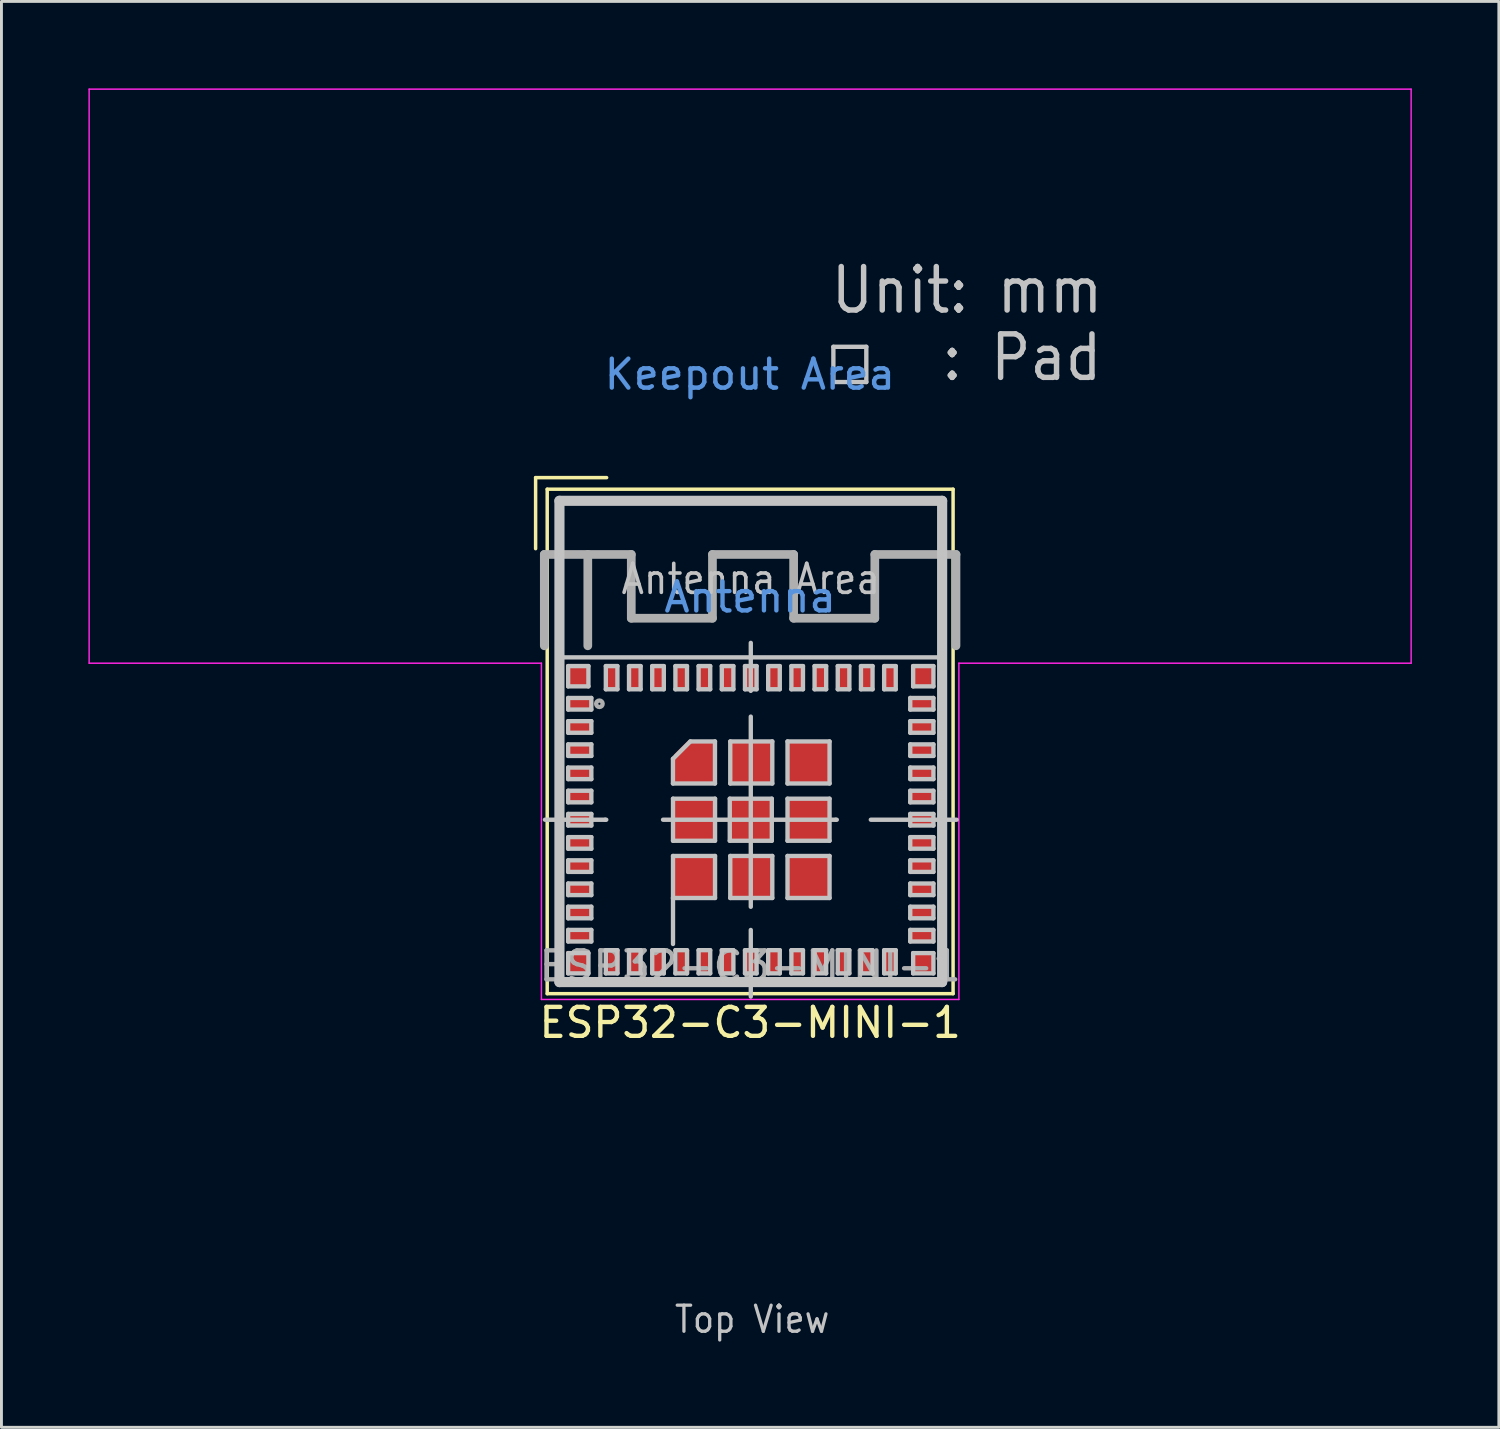
<source format=kicad_pcb>
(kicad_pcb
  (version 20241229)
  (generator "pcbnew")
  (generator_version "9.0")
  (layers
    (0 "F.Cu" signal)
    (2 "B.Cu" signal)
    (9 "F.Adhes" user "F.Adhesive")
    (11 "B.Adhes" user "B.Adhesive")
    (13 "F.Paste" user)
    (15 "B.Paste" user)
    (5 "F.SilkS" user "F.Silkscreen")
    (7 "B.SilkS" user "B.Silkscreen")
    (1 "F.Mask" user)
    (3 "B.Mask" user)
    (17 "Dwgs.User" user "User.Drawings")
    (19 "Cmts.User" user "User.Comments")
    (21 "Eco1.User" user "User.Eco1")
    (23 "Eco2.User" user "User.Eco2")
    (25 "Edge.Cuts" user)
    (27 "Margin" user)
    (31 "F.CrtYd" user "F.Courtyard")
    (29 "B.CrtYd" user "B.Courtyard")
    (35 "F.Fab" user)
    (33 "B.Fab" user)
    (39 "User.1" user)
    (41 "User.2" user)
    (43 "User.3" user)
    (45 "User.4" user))
  (footprint "ESP32-C3-MINI-1"
    (layer "F.Cu")
    (at 22.825 22.525)
    (property "Reference" "ESP32-C3-MINI-1" (at 0 9.7 0) (unlocked yes) (layer "F.SilkS") (effects (font (size 1 1) (thickness 0.15))))
    (attr smd)
    (fp_line (start -7.4 -9.1) (end -7.4 -6.65) (stroke (width 0.12) (type solid)) (layer "F.SilkS"))
    (fp_line (start -7.4 -9.1) (end -4.95 -9.1) (stroke (width 0.12) (type solid)) (layer "F.SilkS"))
    (fp_line (start -7 -8.7) (end 7 -8.7) (stroke (width 0.12) (type solid)) (layer "F.SilkS"))
    (fp_line (start -7 8.7) (end -7 -8.7) (stroke (width 0.12) (type solid)) (layer "F.SilkS"))
    (fp_line (start 7 -8.7) (end 7 8.7) (stroke (width 0.12) (type solid)) (layer "F.SilkS"))
    (fp_line (start 7 8.7) (end -7 8.7) (stroke (width 0.12) (type solid)) (layer "F.SilkS"))
    (fp_line (start -7.078 2.7) (end -4.997 2.7) (stroke (width 0.15) (type solid)) (layer "Dwgs.User"))
    (fp_line (start -6.578 -8.3) (end 6.622 -8.3) (stroke (width 0.35) (type solid)) (layer "Dwgs.User"))
    (fp_line (start -6.578 -2.9) (end 6.622 -2.9) (stroke (width 0.15) (type solid)) (layer "Dwgs.User"))
    (fp_line (start -6.578 8.3) (end -6.578 -8.3) (stroke (width 0.35) (type solid)) (layer "Dwgs.User"))
    (fp_line (start -6.578 8.3) (end 6.622 8.3) (stroke (width 0.35) (type solid)) (layer "Dwgs.User"))
    (fp_line (start -6.278 -2.6) (end -5.578 -2.6) (stroke (width 0.15) (type solid)) (layer "Dwgs.User"))
    (fp_line (start -6.278 -1.9) (end -6.278 -2.6) (stroke (width 0.15) (type solid)) (layer "Dwgs.User"))
    (fp_line (start -6.278 -1.5) (end -5.478 -1.5) (stroke (width 0.15) (type solid)) (layer "Dwgs.User"))
    (fp_line (start -6.278 -1.1) (end -6.278 -1.5) (stroke (width 0.15) (type solid)) (layer "Dwgs.User"))
    (fp_line (start -6.278 -0.7) (end -5.478 -0.7) (stroke (width 0.15) (type solid)) (layer "Dwgs.User"))
    (fp_line (start -6.278 -0.3) (end -6.278 -0.7) (stroke (width 0.15) (type solid)) (layer "Dwgs.User"))
    (fp_line (start -6.278 0.1) (end -5.478 0.1) (stroke (width 0.15) (type solid)) (layer "Dwgs.User"))
    (fp_line (start -6.278 0.5) (end -6.278 0.1) (stroke (width 0.15) (type solid)) (layer "Dwgs.User"))
    (fp_line (start -6.278 0.9) (end -5.478 0.9) (stroke (width 0.15) (type solid)) (layer "Dwgs.User"))
    (fp_line (start -6.278 1.3) (end -6.278 0.9) (stroke (width 0.15) (type solid)) (layer "Dwgs.User"))
    (fp_line (start -6.278 1.7) (end -5.478 1.7) (stroke (width 0.15) (type solid)) (layer "Dwgs.User"))
    (fp_line (start -6.278 2.1) (end -6.278 1.7) (stroke (width 0.15) (type solid)) (layer "Dwgs.User"))
    (fp_line (start -6.278 2.5) (end -5.478 2.5) (stroke (width 0.15) (type solid)) (layer "Dwgs.User"))
    (fp_line (start -6.278 2.9) (end -6.278 2.5) (stroke (width 0.15) (type solid)) (layer "Dwgs.User"))
    (fp_line (start -6.278 3.3) (end -5.478 3.3) (stroke (width 0.15) (type solid)) (layer "Dwgs.User"))
    (fp_line (start -6.278 3.7) (end -6.278 3.3) (stroke (width 0.15) (type solid)) (layer "Dwgs.User"))
    (fp_line (start -6.278 4.1) (end -5.478 4.1) (stroke (width 0.15) (type solid)) (layer "Dwgs.User"))
    (fp_line (start -6.278 4.5) (end -6.278 4.1) (stroke (width 0.15) (type solid)) (layer "Dwgs.User"))
    (fp_line (start -6.278 4.9) (end -5.478 4.9) (stroke (width 0.15) (type solid)) (layer "Dwgs.User"))
    (fp_line (start -6.278 5.3) (end -6.278 4.9) (stroke (width 0.15) (type solid)) (layer "Dwgs.User"))
    (fp_line (start -6.278 5.7) (end -5.478 5.7) (stroke (width 0.15) (type solid)) (layer "Dwgs.User"))
    (fp_line (start -6.278 6.1) (end -6.278 5.7) (stroke (width 0.15) (type solid)) (layer "Dwgs.User"))
    (fp_line (start -6.278 6.5) (end -5.478 6.5) (stroke (width 0.15) (type solid)) (layer "Dwgs.User"))
    (fp_line (start -6.278 6.9) (end -6.278 6.5) (stroke (width 0.15) (type solid)) (layer "Dwgs.User"))
    (fp_line (start -6.278 7.3) (end -5.578 7.3) (stroke (width 0.15) (type solid)) (layer "Dwgs.User"))
    (fp_line (start -6.278 8) (end -6.278 7.3) (stroke (width 0.15) (type solid)) (layer "Dwgs.User"))
    (fp_line (start -5.578 -2.6) (end -5.578 -1.9) (stroke (width 0.15) (type solid)) (layer "Dwgs.User"))
    (fp_line (start -5.578 -1.9) (end -6.278 -1.9) (stroke (width 0.15) (type solid)) (layer "Dwgs.User"))
    (fp_line (start -5.578 7.3) (end -5.578 8) (stroke (width 0.15) (type solid)) (layer "Dwgs.User"))
    (fp_line (start -5.578 8) (end -6.278 8) (stroke (width 0.15) (type solid)) (layer "Dwgs.User"))
    (fp_line (start -5.478 -1.5) (end -5.478 -1.1) (stroke (width 0.15) (type solid)) (layer "Dwgs.User"))
    (fp_line (start -5.478 -1.1) (end -6.278 -1.1) (stroke (width 0.15) (type solid)) (layer "Dwgs.User"))
    (fp_line (start -5.478 -0.7) (end -5.478 -0.3) (stroke (width 0.15) (type solid)) (layer "Dwgs.User"))
    (fp_line (start -5.478 -0.3) (end -6.278 -0.3) (stroke (width 0.15) (type solid)) (layer "Dwgs.User"))
    (fp_line (start -5.478 0.1) (end -5.478 0.5) (stroke (width 0.15) (type solid)) (layer "Dwgs.User"))
    (fp_line (start -5.478 0.5) (end -6.278 0.5) (stroke (width 0.15) (type solid)) (layer "Dwgs.User"))
    (fp_line (start -5.478 0.9) (end -5.478 1.3) (stroke (width 0.15) (type solid)) (layer "Dwgs.User"))
    (fp_line (start -5.478 1.3) (end -6.278 1.3) (stroke (width 0.15) (type solid)) (layer "Dwgs.User"))
    (fp_line (start -5.478 1.7) (end -5.478 2.1) (stroke (width 0.15) (type solid)) (layer "Dwgs.User"))
    (fp_line (start -5.478 2.1) (end -6.278 2.1) (stroke (width 0.15) (type solid)) (layer "Dwgs.User"))
    (fp_line (start -5.478 2.5) (end -5.478 2.9) (stroke (width 0.15) (type solid)) (layer "Dwgs.User"))
    (fp_line (start -5.478 2.9) (end -6.278 2.9) (stroke (width 0.15) (type solid)) (layer "Dwgs.User"))
    (fp_line (start -5.478 3.3) (end -5.478 3.7) (stroke (width 0.15) (type solid)) (layer "Dwgs.User"))
    (fp_line (start -5.478 3.7) (end -6.278 3.7) (stroke (width 0.15) (type solid)) (layer "Dwgs.User"))
    (fp_line (start -5.478 4.1) (end -5.478 4.5) (stroke (width 0.15) (type solid)) (layer "Dwgs.User"))
    (fp_line (start -5.478 4.5) (end -6.278 4.5) (stroke (width 0.15) (type solid)) (layer "Dwgs.User"))
    (fp_line (start -5.478 4.9) (end -5.478 5.3) (stroke (width 0.15) (type solid)) (layer "Dwgs.User"))
    (fp_line (start -5.478 5.3) (end -6.278 5.3) (stroke (width 0.15) (type solid)) (layer "Dwgs.User"))
    (fp_line (start -5.478 5.7) (end -5.478 6.1) (stroke (width 0.15) (type solid)) (layer "Dwgs.User"))
    (fp_line (start -5.478 6.1) (end -6.278 6.1) (stroke (width 0.15) (type solid)) (layer "Dwgs.User"))
    (fp_line (start -5.478 6.5) (end -5.478 6.9) (stroke (width 0.15) (type solid)) (layer "Dwgs.User"))
    (fp_line (start -5.478 6.9) (end -6.278 6.9) (stroke (width 0.15) (type solid)) (layer "Dwgs.User"))
    (fp_line (start -4.997 2.7) (end -4.963 2.7) (stroke (width 0.15) (type solid)) (layer "Dwgs.User"))
    (fp_line (start -4.978 -2.6) (end -4.978 -1.8) (stroke (width 0.15) (type solid)) (layer "Dwgs.User"))
    (fp_line (start -4.978 -1.8) (end -4.578 -1.8) (stroke (width 0.15) (type solid)) (layer "Dwgs.User"))
    (fp_line (start -4.978 7.2) (end -4.978 8) (stroke (width 0.15) (type solid)) (layer "Dwgs.User"))
    (fp_line (start -4.978 8) (end -4.578 8) (stroke (width 0.15) (type solid)) (layer "Dwgs.User"))
    (fp_line (start -4.578 -2.6) (end -4.978 -2.6) (stroke (width 0.15) (type solid)) (layer "Dwgs.User"))
    (fp_line (start -4.578 -1.8) (end -4.578 -2.6) (stroke (width 0.15) (type solid)) (layer "Dwgs.User"))
    (fp_line (start -4.578 7.2) (end -4.978 7.2) (stroke (width 0.15) (type solid)) (layer "Dwgs.User"))
    (fp_line (start -4.578 8) (end -4.578 7.2) (stroke (width 0.15) (type solid)) (layer "Dwgs.User"))
    (fp_line (start -4.178 -2.6) (end -4.178 -1.8) (stroke (width 0.15) (type solid)) (layer "Dwgs.User"))
    (fp_line (start -4.178 -1.8) (end -3.778 -1.8) (stroke (width 0.15) (type solid)) (layer "Dwgs.User"))
    (fp_line (start -4.178 7.2) (end -4.178 8) (stroke (width 0.15) (type solid)) (layer "Dwgs.User"))
    (fp_line (start -4.178 8) (end -3.778 8) (stroke (width 0.15) (type solid)) (layer "Dwgs.User"))
    (fp_line (start -3.778 -2.6) (end -4.178 -2.6) (stroke (width 0.15) (type solid)) (layer "Dwgs.User"))
    (fp_line (start -3.778 -1.8) (end -3.778 -2.6) (stroke (width 0.15) (type solid)) (layer "Dwgs.User"))
    (fp_line (start -3.778 7.2) (end -4.178 7.2) (stroke (width 0.15) (type solid)) (layer "Dwgs.User"))
    (fp_line (start -3.778 8) (end -3.778 7.2) (stroke (width 0.15) (type solid)) (layer "Dwgs.User"))
    (fp_line (start -3.378 -2.6) (end -3.378 -1.8) (stroke (width 0.15) (type solid)) (layer "Dwgs.User"))
    (fp_line (start -3.378 -1.8) (end -2.978 -1.8) (stroke (width 0.15) (type solid)) (layer "Dwgs.User"))
    (fp_line (start -3.378 7.2) (end -3.378 8) (stroke (width 0.15) (type solid)) (layer "Dwgs.User"))
    (fp_line (start -3.378 8) (end -2.978 8) (stroke (width 0.15) (type solid)) (layer "Dwgs.User"))
    (fp_line (start -3.005 2.7) (end 2.955 2.7) (stroke (width 0.15) (type solid)) (layer "Dwgs.User"))
    (fp_line (start -2.978 -2.6) (end -3.378 -2.6) (stroke (width 0.15) (type solid)) (layer "Dwgs.User"))
    (fp_line (start -2.978 -1.8) (end -2.978 -2.6) (stroke (width 0.15) (type solid)) (layer "Dwgs.User"))
    (fp_line (start -2.978 7.2) (end -3.378 7.2) (stroke (width 0.15) (type solid)) (layer "Dwgs.User"))
    (fp_line (start -2.978 8) (end -2.978 7.2) (stroke (width 0.15) (type solid)) (layer "Dwgs.User"))
    (fp_line (start -2.663 0.6) (end -2.663 1.45) (stroke (width 0.15) (type solid)) (layer "Dwgs.User"))
    (fp_line (start -2.663 1.45) (end -1.213 1.45) (stroke (width 0.15) (type solid)) (layer "Dwgs.User"))
    (fp_line (start -2.661 1.975) (end -2.661 3.425) (stroke (width 0.15) (type solid)) (layer "Dwgs.User"))
    (fp_line (start -2.661 3.425) (end -1.211 3.425) (stroke (width 0.15) (type solid)) (layer "Dwgs.User"))
    (fp_line (start -2.661 3.95) (end -2.661 5.4) (stroke (width 0.15) (type solid)) (layer "Dwgs.User"))
    (fp_line (start -2.661 5.4) (end -2.661 6.986) (stroke (width 0.15) (type solid)) (layer "Dwgs.User"))
    (fp_line (start -2.661 5.4) (end -1.211 5.4) (stroke (width 0.15) (type solid)) (layer "Dwgs.User"))
    (fp_line (start -2.578 -2.6) (end -2.578 -1.8) (stroke (width 0.15) (type solid)) (layer "Dwgs.User"))
    (fp_line (start -2.578 -1.8) (end -2.178 -1.8) (stroke (width 0.15) (type solid)) (layer "Dwgs.User"))
    (fp_line (start -2.578 7.2) (end -2.578 8) (stroke (width 0.15) (type solid)) (layer "Dwgs.User"))
    (fp_line (start -2.578 8) (end -2.178 8) (stroke (width 0.15) (type solid)) (layer "Dwgs.User"))
    (fp_line (start -2.178 -2.6) (end -2.578 -2.6) (stroke (width 0.15) (type solid)) (layer "Dwgs.User"))
    (fp_line (start -2.178 -1.8) (end -2.178 -2.6) (stroke (width 0.15) (type solid)) (layer "Dwgs.User"))
    (fp_line (start -2.178 7.2) (end -2.578 7.2) (stroke (width 0.15) (type solid)) (layer "Dwgs.User"))
    (fp_line (start -2.178 8) (end -2.178 7.2) (stroke (width 0.15) (type solid)) (layer "Dwgs.User"))
    (fp_line (start -2.063 -0.000403) (end -2.663 0.6) (stroke (width 0.15) (type solid)) (layer "Dwgs.User"))
    (fp_line (start -1.778 -2.6) (end -1.778 -1.8) (stroke (width 0.15) (type solid)) (layer "Dwgs.User"))
    (fp_line (start -1.778 -1.8) (end -1.378 -1.8) (stroke (width 0.15) (type solid)) (layer "Dwgs.User"))
    (fp_line (start -1.778 7.2) (end -1.778 8) (stroke (width 0.15) (type solid)) (layer "Dwgs.User"))
    (fp_line (start -1.778 8) (end -1.378 8) (stroke (width 0.15) (type solid)) (layer "Dwgs.User"))
    (fp_line (start -1.378 -2.6) (end -1.778 -2.6) (stroke (width 0.15) (type solid)) (layer "Dwgs.User"))
    (fp_line (start -1.378 -1.8) (end -1.378 -2.6) (stroke (width 0.15) (type solid)) (layer "Dwgs.User"))
    (fp_line (start -1.378 7.2) (end -1.778 7.2) (stroke (width 0.15) (type solid)) (layer "Dwgs.User"))
    (fp_line (start -1.378 8) (end -1.378 7.2) (stroke (width 0.15) (type solid)) (layer "Dwgs.User"))
    (fp_line (start -1.213 -0.000403) (end -2.063 -0.000403) (stroke (width 0.15) (type solid)) (layer "Dwgs.User"))
    (fp_line (start -1.213 1.45) (end -1.213 -0.000403) (stroke (width 0.15) (type solid)) (layer "Dwgs.User"))
    (fp_line (start -1.211 1.975) (end -2.661 1.975) (stroke (width 0.15) (type solid)) (layer "Dwgs.User"))
    (fp_line (start -1.211 3.425) (end -1.211 1.975) (stroke (width 0.15) (type solid)) (layer "Dwgs.User"))
    (fp_line (start -1.211 3.95) (end -2.661 3.95) (stroke (width 0.15) (type solid)) (layer "Dwgs.User"))
    (fp_line (start -1.211 5.4) (end -1.211 3.95) (stroke (width 0.15) (type solid)) (layer "Dwgs.User"))
    (fp_line (start -0.978 -2.6) (end -0.978 -1.8) (stroke (width 0.15) (type solid)) (layer "Dwgs.User"))
    (fp_line (start -0.978 -1.8) (end -0.578 -1.8) (stroke (width 0.15) (type solid)) (layer "Dwgs.User"))
    (fp_line (start -0.978 7.2) (end -0.978 8) (stroke (width 0.15) (type solid)) (layer "Dwgs.User"))
    (fp_line (start -0.978 8) (end -0.578 8) (stroke (width 0.15) (type solid)) (layer "Dwgs.User"))
    (fp_line (start -0.703 1.975) (end -0.703 3.425) (stroke (width 0.15) (type solid)) (layer "Dwgs.User"))
    (fp_line (start -0.703 3.425) (end 0.747 3.425) (stroke (width 0.15) (type solid)) (layer "Dwgs.User"))
    (fp_line (start -0.686 0) (end -0.686 1.45) (stroke (width 0.15) (type solid)) (layer "Dwgs.User"))
    (fp_line (start -0.686 1.45) (end 0.764 1.45) (stroke (width 0.15) (type solid)) (layer "Dwgs.User"))
    (fp_line (start -0.686 3.95) (end -0.686 5.4) (stroke (width 0.15) (type solid)) (layer "Dwgs.User"))
    (fp_line (start -0.686 5.4) (end 0.764 5.4) (stroke (width 0.15) (type solid)) (layer "Dwgs.User"))
    (fp_line (start -0.578 -2.6) (end -0.978 -2.6) (stroke (width 0.15) (type solid)) (layer "Dwgs.User"))
    (fp_line (start -0.578 -1.8) (end -0.578 -2.6) (stroke (width 0.15) (type solid)) (layer "Dwgs.User"))
    (fp_line (start -0.578 7.2) (end -0.978 7.2) (stroke (width 0.15) (type solid)) (layer "Dwgs.User"))
    (fp_line (start -0.578 8) (end -0.578 7.2) (stroke (width 0.15) (type solid)) (layer "Dwgs.User"))
    (fp_line (start -0.178 -2.6) (end -0.178 -1.8) (stroke (width 0.15) (type solid)) (layer "Dwgs.User"))
    (fp_line (start -0.178 -1.8) (end 0.222 -1.8) (stroke (width 0.15) (type solid)) (layer "Dwgs.User"))
    (fp_line (start -0.178 7.2) (end -0.178 8) (stroke (width 0.15) (type solid)) (layer "Dwgs.User"))
    (fp_line (start -0.178 8) (end 0.222 8) (stroke (width 0.15) (type solid)) (layer "Dwgs.User"))
    (fp_line (start 0.022 -1.745) (end 0.022 -3.4) (stroke (width 0.15) (type solid)) (layer "Dwgs.User"))
    (fp_line (start 0.022 5.703) (end 0.022 -0.857) (stroke (width 0.15) (type solid)) (layer "Dwgs.User"))
    (fp_line (start 0.022 8.8) (end 0.022 6.502) (stroke (width 0.15) (type solid)) (layer "Dwgs.User"))
    (fp_line (start 0.222 -2.6) (end -0.178 -2.6) (stroke (width 0.15) (type solid)) (layer "Dwgs.User"))
    (fp_line (start 0.222 -1.8) (end 0.222 -2.6) (stroke (width 0.15) (type solid)) (layer "Dwgs.User"))
    (fp_line (start 0.222 7.2) (end -0.178 7.2) (stroke (width 0.15) (type solid)) (layer "Dwgs.User"))
    (fp_line (start 0.222 8) (end 0.222 7.2) (stroke (width 0.15) (type solid)) (layer "Dwgs.User"))
    (fp_line (start 0.622 -2.6) (end 0.622 -1.8) (stroke (width 0.15) (type solid)) (layer "Dwgs.User"))
    (fp_line (start 0.622 -1.8) (end 1.022 -1.8) (stroke (width 0.15) (type solid)) (layer "Dwgs.User"))
    (fp_line (start 0.622 7.2) (end 0.622 8) (stroke (width 0.15) (type solid)) (layer "Dwgs.User"))
    (fp_line (start 0.622 8) (end 1.022 8) (stroke (width 0.15) (type solid)) (layer "Dwgs.User"))
    (fp_line (start 0.747 1.975) (end -0.703 1.975) (stroke (width 0.15) (type solid)) (layer "Dwgs.User"))
    (fp_line (start 0.747 3.425) (end 0.747 1.975) (stroke (width 0.15) (type solid)) (layer "Dwgs.User"))
    (fp_line (start 0.764 0) (end -0.686 0) (stroke (width 0.15) (type solid)) (layer "Dwgs.User"))
    (fp_line (start 0.764 1.45) (end 0.764 0) (stroke (width 0.15) (type solid)) (layer "Dwgs.User"))
    (fp_line (start 0.764 3.95) (end -0.686 3.95) (stroke (width 0.15) (type solid)) (layer "Dwgs.User"))
    (fp_line (start 0.764 5.4) (end 0.764 3.95) (stroke (width 0.15) (type solid)) (layer "Dwgs.User"))
    (fp_line (start 1.022 -2.6) (end 0.622 -2.6) (stroke (width 0.15) (type solid)) (layer "Dwgs.User"))
    (fp_line (start 1.022 -1.8) (end 1.022 -2.6) (stroke (width 0.15) (type solid)) (layer "Dwgs.User"))
    (fp_line (start 1.022 7.2) (end 0.622 7.2) (stroke (width 0.15) (type solid)) (layer "Dwgs.User"))
    (fp_line (start 1.022 8) (end 1.022 7.2) (stroke (width 0.15) (type solid)) (layer "Dwgs.User"))
    (fp_line (start 1.289 0) (end 1.289 1.45) (stroke (width 0.15) (type solid)) (layer "Dwgs.User"))
    (fp_line (start 1.289 1.45) (end 2.739 1.45) (stroke (width 0.15) (type solid)) (layer "Dwgs.User"))
    (fp_line (start 1.289 1.975) (end 1.289 3.425) (stroke (width 0.15) (type solid)) (layer "Dwgs.User"))
    (fp_line (start 1.289 3.425) (end 2.739 3.425) (stroke (width 0.15) (type solid)) (layer "Dwgs.User"))
    (fp_line (start 1.289 3.95) (end 1.289 5.4) (stroke (width 0.15) (type solid)) (layer "Dwgs.User"))
    (fp_line (start 1.289 5.4) (end 2.739 5.4) (stroke (width 0.15) (type solid)) (layer "Dwgs.User"))
    (fp_line (start 1.422 -2.6) (end 1.422 -1.8) (stroke (width 0.15) (type solid)) (layer "Dwgs.User"))
    (fp_line (start 1.422 -1.8) (end 1.822 -1.8) (stroke (width 0.15) (type solid)) (layer "Dwgs.User"))
    (fp_line (start 1.422 7.2) (end 1.422 8) (stroke (width 0.15) (type solid)) (layer "Dwgs.User"))
    (fp_line (start 1.422 8) (end 1.822 8) (stroke (width 0.15) (type solid)) (layer "Dwgs.User"))
    (fp_line (start 1.822 -2.6) (end 1.422 -2.6) (stroke (width 0.15) (type solid)) (layer "Dwgs.User"))
    (fp_line (start 1.822 -1.8) (end 1.822 -2.6) (stroke (width 0.15) (type solid)) (layer "Dwgs.User"))
    (fp_line (start 1.822 7.2) (end 1.422 7.2) (stroke (width 0.15) (type solid)) (layer "Dwgs.User"))
    (fp_line (start 1.822 8) (end 1.822 7.2) (stroke (width 0.15) (type solid)) (layer "Dwgs.User"))
    (fp_line (start 2.222 -2.6) (end 2.222 -1.8) (stroke (width 0.15) (type solid)) (layer "Dwgs.User"))
    (fp_line (start 2.222 -1.8) (end 2.622 -1.8) (stroke (width 0.15) (type solid)) (layer "Dwgs.User"))
    (fp_line (start 2.222 7.2) (end 2.222 8) (stroke (width 0.15) (type solid)) (layer "Dwgs.User"))
    (fp_line (start 2.222 8) (end 2.622 8) (stroke (width 0.15) (type solid)) (layer "Dwgs.User"))
    (fp_line (start 2.622 -2.6) (end 2.222 -2.6) (stroke (width 0.15) (type solid)) (layer "Dwgs.User"))
    (fp_line (start 2.622 -1.8) (end 2.622 -2.6) (stroke (width 0.15) (type solid)) (layer "Dwgs.User"))
    (fp_line (start 2.622 7.2) (end 2.222 7.2) (stroke (width 0.15) (type solid)) (layer "Dwgs.User"))
    (fp_line (start 2.622 8) (end 2.622 7.2) (stroke (width 0.15) (type solid)) (layer "Dwgs.User"))
    (fp_line (start 2.739 0) (end 1.289 0) (stroke (width 0.15) (type solid)) (layer "Dwgs.User"))
    (fp_line (start 2.739 1.45) (end 2.739 0) (stroke (width 0.15) (type solid)) (layer "Dwgs.User"))
    (fp_line (start 2.739 1.975) (end 1.289 1.975) (stroke (width 0.15) (type solid)) (layer "Dwgs.User"))
    (fp_line (start 2.739 3.425) (end 2.739 1.975) (stroke (width 0.15) (type solid)) (layer "Dwgs.User"))
    (fp_line (start 2.739 3.95) (end 1.289 3.95) (stroke (width 0.15) (type solid)) (layer "Dwgs.User"))
    (fp_line (start 2.739 5.4) (end 2.739 3.95) (stroke (width 0.15) (type solid)) (layer "Dwgs.User"))
    (fp_line (start 2.871 -13.613) (end 4.007 -13.613) (stroke (width 0.15) (type solid)) (layer "Dwgs.User"))
    (fp_line (start 2.871 -12.397) (end 2.871 -13.613) (stroke (width 0.15) (type solid)) (layer "Dwgs.User"))
    (fp_line (start 2.955 2.7) (end 2.989 2.7) (stroke (width 0.15) (type solid)) (layer "Dwgs.User"))
    (fp_line (start 3.022 -2.6) (end 3.022 -1.8) (stroke (width 0.15) (type solid)) (layer "Dwgs.User"))
    (fp_line (start 3.022 -1.8) (end 3.422 -1.8) (stroke (width 0.15) (type solid)) (layer "Dwgs.User"))
    (fp_line (start 3.022 7.2) (end 3.022 8) (stroke (width 0.15) (type solid)) (layer "Dwgs.User"))
    (fp_line (start 3.022 8) (end 3.422 8) (stroke (width 0.15) (type solid)) (layer "Dwgs.User"))
    (fp_line (start 3.422 -2.6) (end 3.022 -2.6) (stroke (width 0.15) (type solid)) (layer "Dwgs.User"))
    (fp_line (start 3.422 -1.8) (end 3.422 -2.6) (stroke (width 0.15) (type solid)) (layer "Dwgs.User"))
    (fp_line (start 3.422 7.2) (end 3.022 7.2) (stroke (width 0.15) (type solid)) (layer "Dwgs.User"))
    (fp_line (start 3.422 8) (end 3.422 7.2) (stroke (width 0.15) (type solid)) (layer "Dwgs.User"))
    (fp_line (start 3.822 -2.6) (end 3.822 -1.8) (stroke (width 0.15) (type solid)) (layer "Dwgs.User"))
    (fp_line (start 3.822 -1.8) (end 4.222 -1.8) (stroke (width 0.15) (type solid)) (layer "Dwgs.User"))
    (fp_line (start 3.822 7.2) (end 3.822 8) (stroke (width 0.15) (type solid)) (layer "Dwgs.User"))
    (fp_line (start 3.822 8) (end 4.222 8) (stroke (width 0.15) (type solid)) (layer "Dwgs.User"))
    (fp_line (start 4.007 -13.613) (end 4.007 -12.397) (stroke (width 0.15) (type solid)) (layer "Dwgs.User"))
    (fp_line (start 4.007 -12.397) (end 2.871 -12.397) (stroke (width 0.15) (type solid)) (layer "Dwgs.User"))
    (fp_line (start 4.162 2.7) (end 7.122 2.7) (stroke (width 0.15) (type solid)) (layer "Dwgs.User"))
    (fp_line (start 4.222 -2.6) (end 3.822 -2.6) (stroke (width 0.15) (type solid)) (layer "Dwgs.User"))
    (fp_line (start 4.222 -1.8) (end 4.222 -2.6) (stroke (width 0.15) (type solid)) (layer "Dwgs.User"))
    (fp_line (start 4.222 7.2) (end 3.822 7.2) (stroke (width 0.15) (type solid)) (layer "Dwgs.User"))
    (fp_line (start 4.222 8) (end 4.222 7.2) (stroke (width 0.15) (type solid)) (layer "Dwgs.User"))
    (fp_line (start 4.622 -2.6) (end 4.622 -1.8) (stroke (width 0.15) (type solid)) (layer "Dwgs.User"))
    (fp_line (start 4.622 -1.8) (end 5.022 -1.8) (stroke (width 0.15) (type solid)) (layer "Dwgs.User"))
    (fp_line (start 4.622 7.2) (end 4.622 8) (stroke (width 0.15) (type solid)) (layer "Dwgs.User"))
    (fp_line (start 4.622 8) (end 5.022 8) (stroke (width 0.15) (type solid)) (layer "Dwgs.User"))
    (fp_line (start 5.022 -2.6) (end 4.622 -2.6) (stroke (width 0.15) (type solid)) (layer "Dwgs.User"))
    (fp_line (start 5.022 -1.8) (end 5.022 -2.6) (stroke (width 0.15) (type solid)) (layer "Dwgs.User"))
    (fp_line (start 5.022 7.2) (end 4.622 7.2) (stroke (width 0.15) (type solid)) (layer "Dwgs.User"))
    (fp_line (start 5.022 8) (end 5.022 7.2) (stroke (width 0.15) (type solid)) (layer "Dwgs.User"))
    (fp_line (start 5.522 -1.5) (end 6.322 -1.5) (stroke (width 0.15) (type solid)) (layer "Dwgs.User"))
    (fp_line (start 5.522 -1.1) (end 5.522 -1.5) (stroke (width 0.15) (type solid)) (layer "Dwgs.User"))
    (fp_line (start 5.522 -0.7) (end 6.322 -0.7) (stroke (width 0.15) (type solid)) (layer "Dwgs.User"))
    (fp_line (start 5.522 -0.3) (end 5.522 -0.7) (stroke (width 0.15) (type solid)) (layer "Dwgs.User"))
    (fp_line (start 5.522 0.1) (end 6.322 0.1) (stroke (width 0.15) (type solid)) (layer "Dwgs.User"))
    (fp_line (start 5.522 0.5) (end 5.522 0.1) (stroke (width 0.15) (type solid)) (layer "Dwgs.User"))
    (fp_line (start 5.522 0.9) (end 6.322 0.9) (stroke (width 0.15) (type solid)) (layer "Dwgs.User"))
    (fp_line (start 5.522 1.3) (end 5.522 0.9) (stroke (width 0.15) (type solid)) (layer "Dwgs.User"))
    (fp_line (start 5.522 1.7) (end 6.322 1.7) (stroke (width 0.15) (type solid)) (layer "Dwgs.User"))
    (fp_line (start 5.522 2.1) (end 5.522 1.7) (stroke (width 0.15) (type solid)) (layer "Dwgs.User"))
    (fp_line (start 5.522 2.5) (end 6.322 2.5) (stroke (width 0.15) (type solid)) (layer "Dwgs.User"))
    (fp_line (start 5.522 2.9) (end 5.522 2.5) (stroke (width 0.15) (type solid)) (layer "Dwgs.User"))
    (fp_line (start 5.522 3.3) (end 6.322 3.3) (stroke (width 0.15) (type solid)) (layer "Dwgs.User"))
    (fp_line (start 5.522 3.7) (end 5.522 3.3) (stroke (width 0.15) (type solid)) (layer "Dwgs.User"))
    (fp_line (start 5.522 4.1) (end 6.322 4.1) (stroke (width 0.15) (type solid)) (layer "Dwgs.User"))
    (fp_line (start 5.522 4.5) (end 5.522 4.1) (stroke (width 0.15) (type solid)) (layer "Dwgs.User"))
    (fp_line (start 5.522 4.9) (end 6.322 4.9) (stroke (width 0.15) (type solid)) (layer "Dwgs.User"))
    (fp_line (start 5.522 5.3) (end 5.522 4.9) (stroke (width 0.15) (type solid)) (layer "Dwgs.User"))
    (fp_line (start 5.522 5.7) (end 6.322 5.7) (stroke (width 0.15) (type solid)) (layer "Dwgs.User"))
    (fp_line (start 5.522 6.1) (end 5.522 5.7) (stroke (width 0.15) (type solid)) (layer "Dwgs.User"))
    (fp_line (start 5.522 6.5) (end 6.322 6.5) (stroke (width 0.15) (type solid)) (layer "Dwgs.User"))
    (fp_line (start 5.522 6.9) (end 5.522 6.5) (stroke (width 0.15) (type solid)) (layer "Dwgs.User"))
    (fp_line (start 5.622 -2.6) (end 6.322 -2.6) (stroke (width 0.15) (type solid)) (layer "Dwgs.User"))
    (fp_line (start 5.622 -1.9) (end 5.622 -2.6) (stroke (width 0.15) (type solid)) (layer "Dwgs.User"))
    (fp_line (start 5.622 7.3) (end 6.322 7.3) (stroke (width 0.15) (type solid)) (layer "Dwgs.User"))
    (fp_line (start 5.622 8) (end 5.622 7.3) (stroke (width 0.15) (type solid)) (layer "Dwgs.User"))
    (fp_line (start 6.322 -2.6) (end 6.322 -1.9) (stroke (width 0.15) (type solid)) (layer "Dwgs.User"))
    (fp_line (start 6.322 -1.9) (end 5.622 -1.9) (stroke (width 0.15) (type solid)) (layer "Dwgs.User"))
    (fp_line (start 6.322 -1.5) (end 6.322 -1.1) (stroke (width 0.15) (type solid)) (layer "Dwgs.User"))
    (fp_line (start 6.322 -1.1) (end 5.522 -1.1) (stroke (width 0.15) (type solid)) (layer "Dwgs.User"))
    (fp_line (start 6.322 -0.7) (end 6.322 -0.3) (stroke (width 0.15) (type solid)) (layer "Dwgs.User"))
    (fp_line (start 6.322 -0.3) (end 5.522 -0.3) (stroke (width 0.15) (type solid)) (layer "Dwgs.User"))
    (fp_line (start 6.322 0.1) (end 6.322 0.5) (stroke (width 0.15) (type solid)) (layer "Dwgs.User"))
    (fp_line (start 6.322 0.5) (end 5.522 0.5) (stroke (width 0.15) (type solid)) (layer "Dwgs.User"))
    (fp_line (start 6.322 0.9) (end 6.322 1.3) (stroke (width 0.15) (type solid)) (layer "Dwgs.User"))
    (fp_line (start 6.322 1.3) (end 5.522 1.3) (stroke (width 0.15) (type solid)) (layer "Dwgs.User"))
    (fp_line (start 6.322 1.7) (end 6.322 2.1) (stroke (width 0.15) (type solid)) (layer "Dwgs.User"))
    (fp_line (start 6.322 2.1) (end 5.522 2.1) (stroke (width 0.15) (type solid)) (layer "Dwgs.User"))
    (fp_line (start 6.322 2.5) (end 6.322 2.9) (stroke (width 0.15) (type solid)) (layer "Dwgs.User"))
    (fp_line (start 6.322 2.9) (end 5.522 2.9) (stroke (width 0.15) (type solid)) (layer "Dwgs.User"))
    (fp_line (start 6.322 3.3) (end 6.322 3.7) (stroke (width 0.15) (type solid)) (layer "Dwgs.User"))
    (fp_line (start 6.322 3.7) (end 5.522 3.7) (stroke (width 0.15) (type solid)) (layer "Dwgs.User"))
    (fp_line (start 6.322 4.1) (end 6.322 4.5) (stroke (width 0.15) (type solid)) (layer "Dwgs.User"))
    (fp_line (start 6.322 4.5) (end 5.522 4.5) (stroke (width 0.15) (type solid)) (layer "Dwgs.User"))
    (fp_line (start 6.322 4.9) (end 6.322 5.3) (stroke (width 0.15) (type solid)) (layer "Dwgs.User"))
    (fp_line (start 6.322 5.3) (end 5.522 5.3) (stroke (width 0.15) (type solid)) (layer "Dwgs.User"))
    (fp_line (start 6.322 5.7) (end 6.322 6.1) (stroke (width 0.15) (type solid)) (layer "Dwgs.User"))
    (fp_line (start 6.322 6.1) (end 5.522 6.1) (stroke (width 0.15) (type solid)) (layer "Dwgs.User"))
    (fp_line (start 6.322 6.5) (end 6.322 6.9) (stroke (width 0.15) (type solid)) (layer "Dwgs.User"))
    (fp_line (start 6.322 6.9) (end 5.522 6.9) (stroke (width 0.15) (type solid)) (layer "Dwgs.User"))
    (fp_line (start 6.322 7.3) (end 6.322 8) (stroke (width 0.15) (type solid)) (layer "Dwgs.User"))
    (fp_line (start 6.322 8) (end 5.622 8) (stroke (width 0.15) (type solid)) (layer "Dwgs.User"))
    (fp_line (start 6.622 8.3) (end 6.622 -8.3) (stroke (width 0.35) (type solid)) (layer "Dwgs.User"))
    (fp_line (start -22.8 -22.5) (end 22.8 -22.5) (stroke (width 0.05) (type solid)) (layer "F.CrtYd"))
    (fp_line (start -22.8 -2.7) (end -22.8 -22.5) (stroke (width 0.05) (type solid)) (layer "F.CrtYd"))
    (fp_line (start -7.2 -2.7) (end -22.8 -2.7) (stroke (width 0.05) (type solid)) (layer "F.CrtYd"))
    (fp_line (start -7.2 8.9) (end -7.2 -2.7) (stroke (width 0.05) (type solid)) (layer "F.CrtYd"))
    (fp_line (start 7.2 -2.7) (end 7.2 8.9) (stroke (width 0.05) (type solid)) (layer "F.CrtYd"))
    (fp_line (start 7.2 -2.7) (end 22.8 -2.7) (stroke (width 0.05) (type solid)) (layer "F.CrtYd"))
    (fp_line (start 7.2 8.9) (end -7.2 8.9) (stroke (width 0.05) (type solid)) (layer "F.CrtYd"))
    (fp_line (start 22.8 -2.7) (end 22.8 -22.5) (stroke (width 0.05) (type solid)) (layer "F.CrtYd"))
    (fp_line (start -7.1 -6.45) (end -4.1 -6.45) (stroke (width 0.3) (type solid)) (layer "F.Fab"))
    (fp_line (start -7.1 -3.3) (end -7.1 -6.45) (stroke (width 0.3) (type solid)) (layer "F.Fab"))
    (fp_line (start -6.6 -8.3) (end 6.6 -8.2) (stroke (width 0.1) (type solid)) (layer "F.Fab"))
    (fp_line (start -6.6 -2.9) (end 6.6 -2.9) (stroke (width 0.1) (type solid)) (layer "F.Fab"))
    (fp_line (start -6.6 8.3) (end -6.6 -8.3) (stroke (width 0.1) (type solid)) (layer "F.Fab"))
    (fp_line (start -5.6 -3.3) (end -5.6 -6.45) (stroke (width 0.3) (type solid)) (layer "F.Fab"))
    (fp_line (start -4.1 -6.45) (end -4.1 -4.25) (stroke (width 0.3) (type solid)) (layer "F.Fab"))
    (fp_line (start -4.1 -4.25) (end -1.3 -4.25) (stroke (width 0.3) (type solid)) (layer "F.Fab"))
    (fp_line (start -1.3 -6.45) (end 1.5 -6.45) (stroke (width 0.3) (type solid)) (layer "F.Fab"))
    (fp_line (start -1.3 -4.25) (end -1.3 -6.45) (stroke (width 0.3) (type solid)) (layer "F.Fab"))
    (fp_line (start 1.5 -6.45) (end 1.5 -4.25) (stroke (width 0.3) (type solid)) (layer "F.Fab"))
    (fp_line (start 1.5 -4.25) (end 4.3 -4.25) (stroke (width 0.3) (type solid)) (layer "F.Fab"))
    (fp_line (start 4.3 -6.45) (end 7.1 -6.45) (stroke (width 0.3) (type solid)) (layer "F.Fab"))
    (fp_line (start 4.3 -4.25) (end 4.3 -6.45) (stroke (width 0.3) (type solid)) (layer "F.Fab"))
    (fp_line (start 6.6 -8.2) (end 6.6 8.3) (stroke (width 0.1) (type solid)) (layer "F.Fab"))
    (fp_line (start 6.6 8.3) (end -6.6 8.3) (stroke (width 0.1) (type solid)) (layer "F.Fab"))
    (fp_line (start 7.1 -6.45) (end 7.1 -3.3) (stroke (width 0.3) (type solid)) (layer "F.Fab"))
    (fp_circle (center -5.2 -1.3) (end -5.088 -1.3) (stroke (width 0.15) (type solid)) (fill no) (layer "F.Fab"))
    (fp_text user "Top View" (at 0.069 19.934 0) (layer "Dwgs.User") (effects (font (size 0.9 0.81) (thickness 0.113))))
    (fp_text user "Antenna Area" (at 0.022 -5.6 0) (layer "Dwgs.User") (effects (font (size 1 0.9) (thickness 0.125))))
    (fp_text user ": Pad" (at 6.523 -12.365 0) (layer "Dwgs.User") (effects (font (size 1.5 1.35) (thickness 0.188)) (justify left bottom)))
    (fp_text user "Unit: mm" (at 2.697 -14.688 0) (layer "Dwgs.User") (effects (font (size 1.5 1.35) (thickness 0.188)) (justify left bottom)))
    (fp_text user "Keepout Area" (at -0.01 -12.66 0) (layer "Cmts.User") (effects (font (size 1 1) (thickness 0.15))))
    (fp_text user "Antenna" (at 0 -4.975 0) (layer "Cmts.User") (effects (font (size 1 1) (thickness 0.15))))
    (fp_text user "${REFERENCE}" (at 0 7.75 0) (unlocked yes) (layer "F.Fab") (effects (font (size 1 1) (thickness 0.15))))
    (pad "1" smd rect (at -5.9 -1.3) (size 0.8 0.4) (layers "F.Cu" "F.Mask" "F.Paste"))
    (pad "2" smd rect (at -5.9 -0.5) (size 0.8 0.4) (layers "F.Cu" "F.Mask" "F.Paste"))
    (pad "3" smd rect (at -5.9 0.3) (size 0.8 0.4) (layers "F.Cu" "F.Mask" "F.Paste"))
    (pad "4" smd rect (at -5.9 1.1) (size 0.8 0.4) (layers "F.Cu" "F.Mask" "F.Paste"))
    (pad "5" smd rect (at -5.9 1.9) (size 0.8 0.4) (layers "F.Cu" "F.Mask" "F.Paste"))
    (pad "6" smd rect (at -5.9 2.7) (size 0.8 0.4) (layers "F.Cu" "F.Mask" "F.Paste"))
    (pad "7" smd rect (at -5.9 3.5) (size 0.8 0.4) (layers "F.Cu" "F.Mask" "F.Paste"))
    (pad "8" smd rect (at -5.9 4.3) (size 0.8 0.4) (layers "F.Cu" "F.Mask" "F.Paste"))
    (pad "9" smd rect (at -5.9 5.1) (size 0.8 0.4) (layers "F.Cu" "F.Mask" "F.Paste"))
    (pad "10" smd rect (at -5.9 5.9) (size 0.8 0.4) (layers "F.Cu" "F.Mask" "F.Paste"))
    (pad "11" smd rect (at -5.9 6.7) (size 0.8 0.4) (layers "F.Cu" "F.Mask" "F.Paste"))
    (pad "12" smd rect (at -4.7 7.6 90) (size 0.8 0.4) (layers "F.Cu" "F.Mask" "F.Paste"))
    (pad "13" smd rect (at -4 7.6 90) (size 0.8 0.4) (layers "F.Cu" "F.Mask" "F.Paste"))
    (pad "14" smd rect (at -3.2 7.6 90) (size 0.8 0.4) (layers "F.Cu" "F.Mask" "F.Paste"))
    (pad "15" smd rect (at -2.3 7.6 90) (size 0.8 0.4) (layers "F.Cu" "F.Mask" "F.Paste"))
    (pad "16" smd rect (at -1.6 7.6 90) (size 0.8 0.4) (layers "F.Cu" "F.Mask" "F.Paste"))
    (pad "17" smd rect (at -0.8 7.6 90) (size 0.8 0.4) (layers "F.Cu" "F.Mask" "F.Paste"))
    (pad "18" smd rect (at 0 7.6 90) (size 0.8 0.4) (layers "F.Cu" "F.Mask" "F.Paste"))
    (pad "19" smd rect (at 0.8 7.6 90) (size 0.8 0.4) (layers "F.Cu" "F.Mask" "F.Paste"))
    (pad "20" smd rect (at 1.6 7.6 90) (size 0.8 0.4) (layers "F.Cu" "F.Mask" "F.Paste"))
    (pad "21" smd rect (at 2.4 7.6 90) (size 0.8 0.4) (layers "F.Cu" "F.Mask" "F.Paste"))
    (pad "22" smd rect (at 3.2 7.6 90) (size 0.8 0.4) (layers "F.Cu" "F.Mask" "F.Paste"))
    (pad "23" smd rect (at 4 7.6 90) (size 0.8 0.4) (layers "F.Cu" "F.Mask" "F.Paste"))
    (pad "24" smd rect (at 4.8 7.6 90) (size 0.8 0.4) (layers "F.Cu" "F.Mask" "F.Paste"))
    (pad "25" smd rect (at 5.9 6.7 180) (size 0.8 0.4) (layers "F.Cu" "F.Mask" "F.Paste"))
    (pad "26" smd rect (at 5.9 5.9 180) (size 0.8 0.4) (layers "F.Cu" "F.Mask" "F.Paste"))
    (pad "27" smd rect (at 5.9 5.1 180) (size 0.8 0.4) (layers "F.Cu" "F.Mask" "F.Paste"))
    (pad "28" smd rect (at 5.9 4.3 180) (size 0.8 0.4) (layers "F.Cu" "F.Mask" "F.Paste"))
    (pad "29" smd rect (at 5.9 3.5 180) (size 0.8 0.4) (layers "F.Cu" "F.Mask" "F.Paste"))
    (pad "30" smd rect (at 5.95 2.7 180) (size 0.8 0.4) (layers "F.Cu" "F.Mask" "F.Paste"))
    (pad "31" smd rect (at 5.9 1.9) (size 0.8 0.4) (layers "F.Cu" "F.Mask" "F.Paste"))
    (pad "32" smd rect (at 5.9 1.1) (size 0.8 0.4) (layers "F.Cu" "F.Mask" "F.Paste"))
    (pad "33" smd rect (at 5.9 0.3) (size 0.8 0.4) (layers "F.Cu" "F.Mask" "F.Paste"))
    (pad "34" smd rect (at 5.9 -0.5) (size 0.8 0.4) (layers "F.Cu" "F.Mask" "F.Paste"))
    (pad "35" smd rect (at 5.95 -1.3 180) (size 0.8 0.4) (layers "F.Cu" "F.Mask" "F.Paste"))
    (pad "36" smd rect (at 4.8 -2.2 90) (size 0.8 0.4) (layers "F.Cu" "F.Mask" "F.Paste"))
    (pad "37" smd rect (at 4 -2.2 90) (size 0.8 0.4) (layers "F.Cu" "F.Mask" "F.Paste"))
    (pad "38" smd rect (at 3.2 -2.2 90) (size 0.8 0.4) (layers "F.Cu" "F.Mask" "F.Paste"))
    (pad "39" smd rect (at 2.4 -2.2 90) (size 0.8 0.4) (layers "F.Cu" "F.Mask" "F.Paste"))
    (pad "40" smd rect (at 1.6 -2.2 90) (size 0.8 0.4) (layers "F.Cu" "F.Mask" "F.Paste"))
    (pad "41" smd rect (at 0.8 -2.2 90) (size 0.8 0.4) (layers "F.Cu" "F.Mask" "F.Paste"))
    (pad "42" smd rect (at 0 -2.2 90) (size 0.8 0.4) (layers "F.Cu" "F.Mask" "F.Paste"))
    (pad "43" smd rect (at -0.8 -2.2 90) (size 0.8 0.4) (layers "F.Cu" "F.Mask" "F.Paste"))
    (pad "44" smd rect (at -1.6 -2.2 90) (size 0.8 0.4) (layers "F.Cu" "F.Mask" "F.Paste"))
    (pad "45" smd rect (at -2.4 -2.2 90) (size 0.8 0.4) (layers "F.Cu" "F.Mask" "F.Paste"))
    (pad "46" smd rect (at -3.2 -2.2 90) (size 0.8 0.4) (layers "F.Cu" "F.Mask" "F.Paste"))
    (pad "47" smd rect (at -4 -2.2 90) (size 0.8 0.4) (layers "F.Cu" "F.Mask" "F.Paste"))
    (pad "48" smd rect (at -4.8 -2.2 90) (size 0.8 0.4) (layers "F.Cu" "F.Mask" "F.Paste"))
    (pad "61" smd roundrect (at -1.9 0.7) (size 1.45 1.45) (layers "F.Cu" "F.Mask" "F.Paste") (roundrect_rratio 0) (chamfer_ratio 0.33) (chamfer top_left))
    (pad "61" smd rect (at -1.9 2.7) (size 1.45 1.45) (layers "F.Cu" "F.Mask" "F.Paste"))
    (pad "61" smd rect (at -1.9 4.7) (size 1.45 1.45) (layers "F.Cu" "F.Mask" "F.Paste"))
    (pad "61" smd rect (at 0 0.7) (size 1.45 1.45) (layers "F.Cu" "F.Mask" "F.Paste"))
    (pad "61" smd rect (at 0 2.7) (size 1.45 1.45) (layers "F.Cu" "F.Mask" "F.Paste"))
    (pad "61" smd rect (at 0 4.7) (size 1.45 1.45) (layers "F.Cu" "F.Mask" "F.Paste"))
    (pad "61" smd rect (at 2 0.7) (size 1.45 1.45) (layers "F.Cu" "F.Mask" "F.Paste"))
    (pad "61" smd rect (at 2 2.7) (size 1.45 1.45) (layers "F.Cu" "F.Mask" "F.Paste"))
    (pad "61" smd rect (at 2 4.7) (size 1.45 1.45) (layers "F.Cu" "F.Mask" "F.Paste"))
    (pad "62" smd rect (at -5.95 -2.25) (size 0.8 0.8) (layers "F.Cu" "F.Mask" "F.Paste"))
    (pad "63" smd rect (at -5.95 7.65) (size 0.8 0.8) (layers "F.Cu" "F.Mask" "F.Paste"))
    (pad "64" smd rect (at 5.95 7.65) (size 0.8 0.8) (layers "F.Cu" "F.Mask" "F.Paste"))
    (pad "65" smd rect (at 5.95 -2.25) (size 0.8 0.8) (layers "F.Cu" "F.Mask" "F.Paste"))
    (zone (net_name "") (layers "F.Cu" "B.Cu") (name "Antenna") (hatch full 0.508) (connect_pads) (min_thickness 0.254) (filled_areas_thickness no) (keepout (tracks not_allowed) (vias not_allowed) (pads not_allowed) (copperpour not_allowed) (footprints not_allowed)) (placement (enabled no)) (fill) (polygon (pts (xy 45.525 19.625) (xy 0.125 19.625) (xy 0.125 0.125) (xy 45.525 0.125)))))
  (gr_rect
    (start -3 -3)
    (end 48.65 46.183)
    (stroke (width 0.1) (type default))
    (fill no)
    (layer "Edge.Cuts")))
</source>
